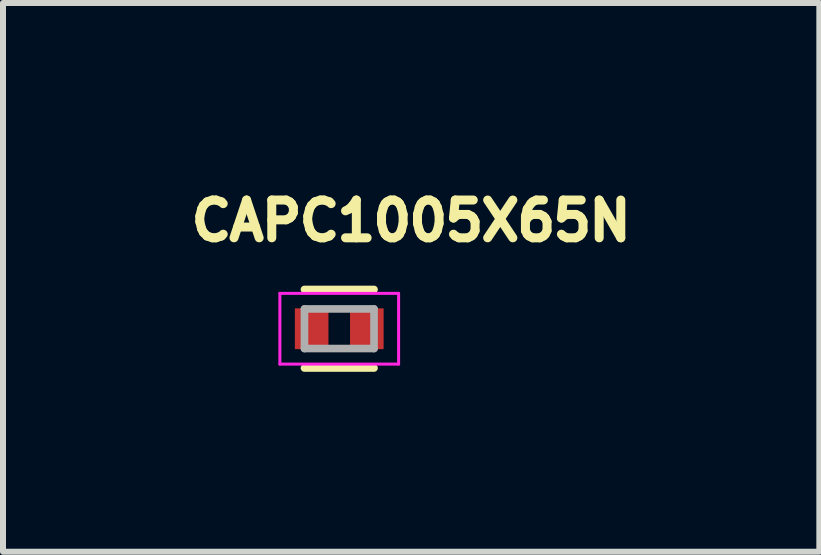
<source format=kicad_pcb>
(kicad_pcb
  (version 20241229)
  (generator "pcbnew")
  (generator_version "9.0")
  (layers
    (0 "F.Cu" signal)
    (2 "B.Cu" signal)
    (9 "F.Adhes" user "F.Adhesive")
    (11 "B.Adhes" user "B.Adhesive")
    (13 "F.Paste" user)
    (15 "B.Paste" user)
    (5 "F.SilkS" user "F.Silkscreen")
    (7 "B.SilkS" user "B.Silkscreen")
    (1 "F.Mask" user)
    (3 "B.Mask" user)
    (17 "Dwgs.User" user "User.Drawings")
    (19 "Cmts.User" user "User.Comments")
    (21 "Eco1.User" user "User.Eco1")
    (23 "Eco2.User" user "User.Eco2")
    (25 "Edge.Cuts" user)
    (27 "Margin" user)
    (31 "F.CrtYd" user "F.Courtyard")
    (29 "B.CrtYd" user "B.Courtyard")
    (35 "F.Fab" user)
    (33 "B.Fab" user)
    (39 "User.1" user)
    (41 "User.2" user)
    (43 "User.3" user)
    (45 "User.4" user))
  (footprint "CAPC1005X65N"
    (layer "F.Cu")
    (at 2.607 2.432)
    (property "Reference" "CAPC1005X65N" (at 1.2 -1.8 0) (layer "F.SilkS") (effects (font (size 0.63 0.63) (thickness 0.15))))
    (attr smd)
    (fp_line (start -0.58 -0.655) (end 0.58 -0.655) (stroke (width 0.127) (type solid)) (layer "F.SilkS"))
    (fp_line (start 0.58 0.655) (end -0.58 0.655) (stroke (width 0.127) (type solid)) (layer "F.SilkS"))
    (fp_line (start -0.99 -0.59) (end 0.99 -0.59) (stroke (width 0.05) (type solid)) (layer "F.CrtYd"))
    (fp_line (start -0.99 0.59) (end -0.99 -0.59) (stroke (width 0.05) (type solid)) (layer "F.CrtYd"))
    (fp_line (start 0.99 -0.59) (end 0.99 0.59) (stroke (width 0.05) (type solid)) (layer "F.CrtYd"))
    (fp_line (start 0.99 0.59) (end -0.99 0.59) (stroke (width 0.05) (type solid)) (layer "F.CrtYd"))
    (fp_line (start -0.58 -0.33) (end 0.58 -0.33) (stroke (width 0.127) (type solid)) (layer "F.Fab"))
    (fp_line (start -0.58 0.33) (end -0.58 -0.33) (stroke (width 0.127) (type solid)) (layer "F.Fab"))
    (fp_line (start 0.58 -0.33) (end 0.58 0.33) (stroke (width 0.127) (type solid)) (layer "F.Fab"))
    (fp_line (start 0.58 0.33) (end -0.58 0.33) (stroke (width 0.127) (type solid)) (layer "F.Fab"))
    (pad "1" smd rect (at -0.46 0) (size 0.56 0.68) (layers "F.Cu" "F.Mask" "F.Paste"))
    (pad "2" smd rect (at 0.46 0) (size 0.56 0.68) (layers "F.Cu" "F.Mask" "F.Paste")))
  (gr_rect
    (start -3 -3)
    (end 10.613 6.15)
    (stroke (width 0.1) (type default))
    (fill no)
    (layer "Edge.Cuts")))
</source>
